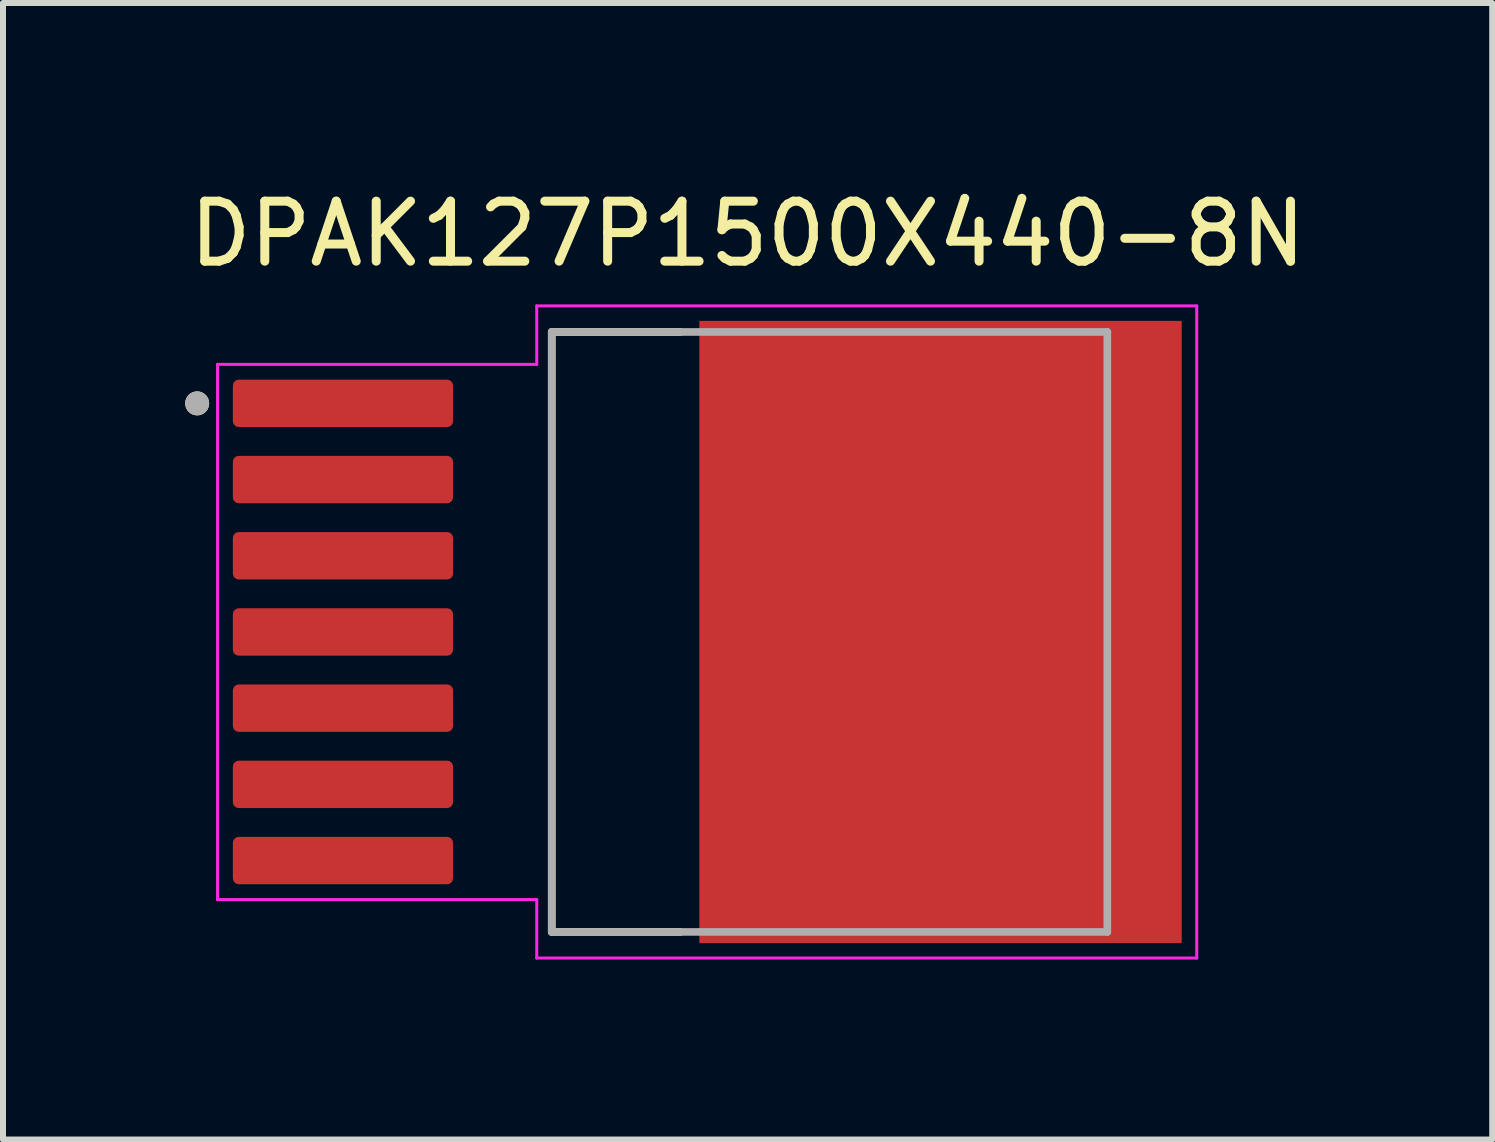
<source format=kicad_pcb>
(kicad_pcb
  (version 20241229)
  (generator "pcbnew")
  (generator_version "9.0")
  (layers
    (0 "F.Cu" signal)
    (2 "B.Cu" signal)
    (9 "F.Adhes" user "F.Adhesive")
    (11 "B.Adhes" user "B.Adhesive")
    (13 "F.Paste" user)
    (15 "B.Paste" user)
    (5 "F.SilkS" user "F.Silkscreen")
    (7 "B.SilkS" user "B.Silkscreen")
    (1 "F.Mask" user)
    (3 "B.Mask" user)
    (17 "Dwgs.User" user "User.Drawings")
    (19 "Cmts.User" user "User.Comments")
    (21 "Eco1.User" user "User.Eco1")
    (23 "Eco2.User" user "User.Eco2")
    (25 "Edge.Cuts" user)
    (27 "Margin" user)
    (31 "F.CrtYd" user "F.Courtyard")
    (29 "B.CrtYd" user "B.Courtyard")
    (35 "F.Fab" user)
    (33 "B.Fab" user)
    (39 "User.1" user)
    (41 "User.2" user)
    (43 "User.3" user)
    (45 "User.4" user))
  (footprint "DPAK127P1500X440-8N"
    (layer "F.Cu")
    (at 8.736 7.483)
    (property "Reference" "DPAK127P1500X440-8N" (at 0.675 -6.635 0) (layer "F.SilkS") (effects (font (size 1 1) (thickness 0.15))))
    (attr smd)
    (fp_line (start -2.59 -5) (end -2.59 5) (stroke (width 0.127) (type solid)) (layer "F.SilkS"))
    (fp_line (start -2.59 5) (end -0.444 5) (stroke (width 0.127) (type solid)) (layer "F.SilkS"))
    (fp_line (start -0.444 -5) (end -2.59 -5) (stroke (width 0.127) (type solid)) (layer "F.SilkS"))
    (fp_circle (center -8.5 -3.81) (end -8.4 -3.81) (stroke (width 0.2) (type solid)) (fill no) (layer "F.SilkS"))
    (fp_poly (pts (xy 0.42 -4.845) (xy 2 -4.845) (xy 2 -3.435) (xy 0.42 -3.435)) (stroke (width 0.01) (type solid)) (fill yes) (layer "F.Paste"))
    (fp_poly (pts (xy 0.42 -2.775) (xy 2 -2.775) (xy 2 -1.365) (xy 0.42 -1.365)) (stroke (width 0.01) (type solid)) (fill yes) (layer "F.Paste"))
    (fp_poly (pts (xy 0.42 -0.705) (xy 2 -0.705) (xy 2 0.705) (xy 0.42 0.705)) (stroke (width 0.01) (type solid)) (fill yes) (layer "F.Paste"))
    (fp_poly (pts (xy 0.42 1.365) (xy 2 1.365) (xy 2 2.775) (xy 0.42 2.775)) (stroke (width 0.01) (type solid)) (fill yes) (layer "F.Paste"))
    (fp_poly (pts (xy 0.42 3.435) (xy 2 3.435) (xy 2 4.845) (xy 0.42 4.845)) (stroke (width 0.01) (type solid)) (fill yes) (layer "F.Paste"))
    (fp_poly (pts (xy 3.1 -4.845) (xy 4.68 -4.845) (xy 4.68 -3.435) (xy 3.1 -3.435)) (stroke (width 0.01) (type solid)) (fill yes) (layer "F.Paste"))
    (fp_poly (pts (xy 3.1 -2.775) (xy 4.68 -2.775) (xy 4.68 -1.365) (xy 3.1 -1.365)) (stroke (width 0.01) (type solid)) (fill yes) (layer "F.Paste"))
    (fp_poly (pts (xy 3.1 -0.705) (xy 4.68 -0.705) (xy 4.68 0.705) (xy 3.1 0.705)) (stroke (width 0.01) (type solid)) (fill yes) (layer "F.Paste"))
    (fp_poly (pts (xy 3.1 1.365) (xy 4.68 1.365) (xy 4.68 2.775) (xy 3.1 2.775)) (stroke (width 0.01) (type solid)) (fill yes) (layer "F.Paste"))
    (fp_poly (pts (xy 3.1 3.435) (xy 4.68 3.435) (xy 4.68 4.845) (xy 3.1 4.845)) (stroke (width 0.01) (type solid)) (fill yes) (layer "F.Paste"))
    (fp_poly (pts (xy 5.78 -4.845) (xy 7.36 -4.845) (xy 7.36 -3.435) (xy 5.78 -3.435)) (stroke (width 0.01) (type solid)) (fill yes) (layer "F.Paste"))
    (fp_poly (pts (xy 5.78 -2.775) (xy 7.36 -2.775) (xy 7.36 -1.365) (xy 5.78 -1.365)) (stroke (width 0.01) (type solid)) (fill yes) (layer "F.Paste"))
    (fp_poly (pts (xy 5.78 -0.705) (xy 7.36 -0.705) (xy 7.36 0.705) (xy 5.78 0.705)) (stroke (width 0.01) (type solid)) (fill yes) (layer "F.Paste"))
    (fp_poly (pts (xy 5.78 1.365) (xy 7.36 1.365) (xy 7.36 2.775) (xy 5.78 2.775)) (stroke (width 0.01) (type solid)) (fill yes) (layer "F.Paste"))
    (fp_poly (pts (xy 5.78 3.435) (xy 7.36 3.435) (xy 7.36 4.845) (xy 5.78 4.845)) (stroke (width 0.01) (type solid)) (fill yes) (layer "F.Paste"))
    (fp_line (start -8.16 -4.46) (end -2.84 -4.46) (stroke (width 0.05) (type solid)) (layer "F.CrtYd"))
    (fp_line (start -8.16 4.46) (end -8.16 -4.46) (stroke (width 0.05) (type solid)) (layer "F.CrtYd"))
    (fp_line (start -2.84 -5.435) (end 8.16 -5.435) (stroke (width 0.05) (type solid)) (layer "F.CrtYd"))
    (fp_line (start -2.84 -4.46) (end -2.84 -5.435) (stroke (width 0.05) (type solid)) (layer "F.CrtYd"))
    (fp_line (start -2.84 4.46) (end -8.16 4.46) (stroke (width 0.05) (type solid)) (layer "F.CrtYd"))
    (fp_line (start -2.84 5.435) (end -2.84 4.46) (stroke (width 0.05) (type solid)) (layer "F.CrtYd"))
    (fp_line (start 8.16 -5.435) (end 8.16 5.435) (stroke (width 0.05) (type solid)) (layer "F.CrtYd"))
    (fp_line (start 8.16 5.435) (end -2.84 5.435) (stroke (width 0.05) (type solid)) (layer "F.CrtYd"))
    (fp_line (start -2.59 -5) (end 6.67 -5) (stroke (width 0.127) (type solid)) (layer "F.Fab"))
    (fp_line (start -2.59 5) (end -2.59 -5) (stroke (width 0.127) (type solid)) (layer "F.Fab"))
    (fp_line (start 6.67 -5) (end 6.67 5) (stroke (width 0.127) (type solid)) (layer "F.Fab"))
    (fp_line (start 6.67 5) (end -2.59 5) (stroke (width 0.127) (type solid)) (layer "F.Fab"))
    (fp_circle (center -8.5 -3.81) (end -8.4 -3.81) (stroke (width 0.2) (type solid)) (fill no) (layer "F.Fab"))
    (pad "1" smd roundrect (at -6.07 -3.81) (size 3.67 0.79) (layers "F.Cu" "F.Mask" "F.Paste") (roundrect_rratio 0.125))
    (pad "2" smd roundrect (at -6.07 -2.54) (size 3.67 0.79) (layers "F.Cu" "F.Mask" "F.Paste") (roundrect_rratio 0.125))
    (pad "3" smd roundrect (at -6.07 -1.27) (size 3.67 0.79) (layers "F.Cu" "F.Mask" "F.Paste") (roundrect_rratio 0.125))
    (pad "4" smd roundrect (at -6.07 0) (size 3.67 0.79) (layers "F.Cu" "F.Mask" "F.Paste") (roundrect_rratio 0.125))
    (pad "5" smd roundrect (at -6.07 1.27) (size 3.67 0.79) (layers "F.Cu" "F.Mask" "F.Paste") (roundrect_rratio 0.125))
    (pad "6" smd roundrect (at -6.07 2.54) (size 3.67 0.79) (layers "F.Cu" "F.Mask" "F.Paste") (roundrect_rratio 0.125))
    (pad "7" smd roundrect (at -6.07 3.81) (size 3.67 0.79) (layers "F.Cu" "F.Mask" "F.Paste") (roundrect_rratio 0.125))
    (pad "8" smd rect (at 3.89 0) (size 8.04 10.37) (layers "F.Cu" "F.Mask")))
  (gr_rect
    (start -3 -3)
    (end 21.821 15.943)
    (stroke (width 0.1) (type default))
    (fill no)
    (layer "Edge.Cuts")))
</source>
